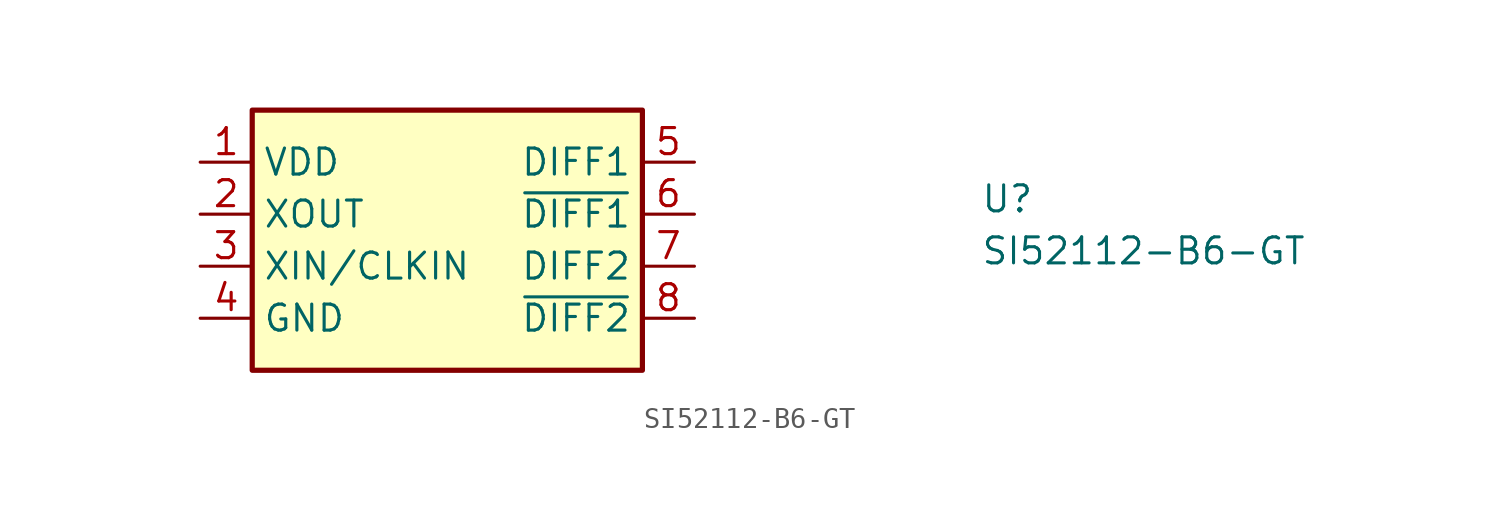
<source format=kicad_sym>
(kicad_symbol_lib
  (version 20211014)
  (generator kicad_symbol_editor)
  (symbol "SI52112-B6-GT"
    (property "Reference" "U"
      (at 38.1 -2.54 0)
      (effects (font (size 1.27 1.27) (thickness 0.15)) (justify left bottom)))
    (property "Value" "SI52112-B6-GT"
      (at 38.1 -5.08 0)
      (effects (font (size 1.27 1.27) (thickness 0.15)) (justify left bottom)))
    (symbol "SI52112-B6-GT_0_1"
      (rectangle (start 2.54 2.54) (end 21.59 -10.16) (stroke (width 0.254) (type default) (color 0 0 0 0)) (fill (type background))))
    (symbol "SI52112-B6-GT_1_1"
      (pin power_in line (at 0 0 0) (length 2.54) (name "VDD" (effects (font (size 1.27 1.27)))) (number "1" (effects (font (size 1.27 1.27)))))
      (pin output line (at 0 -2.54 0) (length 2.54) (name "XOUT" (effects (font (size 1.27 1.27)))) (number "2" (effects (font (size 1.27 1.27)))))
      (pin input line (at 0 -5.08 0) (length 2.54) (name "XIN/CLKIN" (effects (font (size 1.27 1.27)))) (number "3" (effects (font (size 1.27 1.27)))))
      (pin power_in line (at 0 -7.62 0) (length 2.54) (name "GND" (effects (font (size 1.27 1.27)))) (number "4" (effects (font (size 1.27 1.27)))))
      (pin output line (at 24.13 0 180) (length 2.54) (name "DIFF1" (effects (font (size 1.27 1.27)))) (number "5" (effects (font (size 1.27 1.27)))))
      (pin output line (at 24.13 -2.54 180) (length 2.54) (name "~{DIFF1}" (effects (font (size 1.27 1.27)))) (number "6" (effects (font (size 1.27 1.27)))))
      (pin output line (at 24.13 -5.08 180) (length 2.54) (name "DIFF2" (effects (font (size 1.27 1.27)))) (number "7" (effects (font (size 1.27 1.27)))))
      (pin output line (at 24.13 -7.62 180) (length 2.54) (name "~{DIFF2}" (effects (font (size 1.27 1.27)))) (number "8" (effects (font (size 1.27 1.27))))))))
</source>
